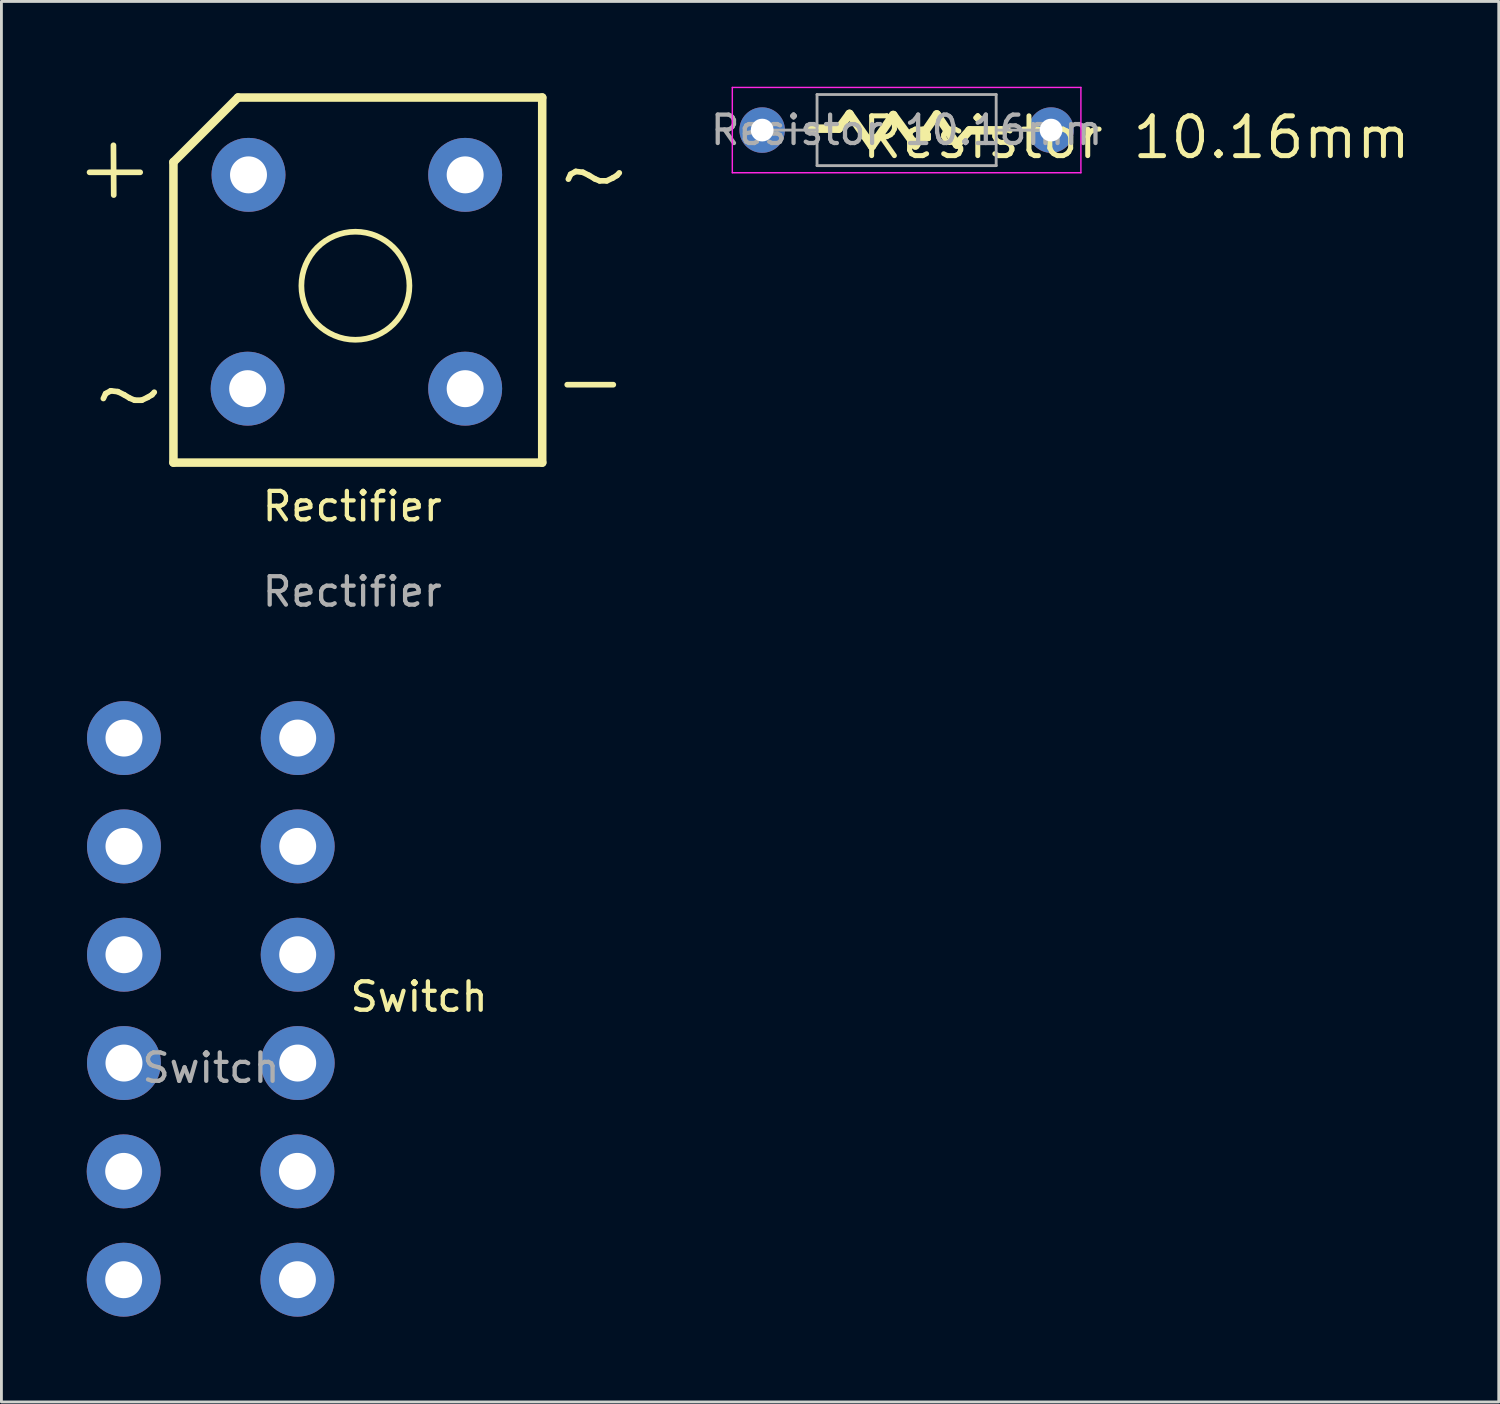
<source format=kicad_pcb>
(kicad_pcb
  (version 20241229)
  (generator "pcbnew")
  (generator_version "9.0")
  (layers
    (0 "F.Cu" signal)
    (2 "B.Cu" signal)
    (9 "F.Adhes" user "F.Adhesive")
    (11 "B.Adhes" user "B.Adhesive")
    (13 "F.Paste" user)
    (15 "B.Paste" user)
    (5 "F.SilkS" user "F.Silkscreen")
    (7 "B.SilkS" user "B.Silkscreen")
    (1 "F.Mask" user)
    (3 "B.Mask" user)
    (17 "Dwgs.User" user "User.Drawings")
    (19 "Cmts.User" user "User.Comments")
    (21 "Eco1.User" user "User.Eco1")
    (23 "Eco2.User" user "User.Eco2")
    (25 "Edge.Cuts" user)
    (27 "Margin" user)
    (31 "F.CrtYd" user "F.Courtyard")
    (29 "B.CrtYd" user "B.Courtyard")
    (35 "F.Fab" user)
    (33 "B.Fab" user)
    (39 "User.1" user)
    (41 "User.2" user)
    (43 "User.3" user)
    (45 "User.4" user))
  (footprint "Resistor 10.16mm"
    (layer "F.Cu")
    (at 23.756 1.525)
    (property "Reference" "Resistor 10.16mm" (at 13.15 0.26 0) (layer "F.SilkS") (effects (font (size 1.4 1.4) (thickness 0.175))))
    (attr through_hole)
    (fp_line (start 1.73 -0.05) (end 2.69 -0.05) (stroke (width 0.3) (type default)) (layer "F.SilkS"))
    (fp_line (start 2.69 -0.05) (end 3.07 -0.57) (stroke (width 0.3) (type default)) (layer "F.SilkS"))
    (fp_line (start 3.07 -0.57) (end 3.86 0.56) (stroke (width 0.3) (type default)) (layer "F.SilkS"))
    (fp_line (start 3.86 0.56) (end 4.61 -0.53) (stroke (width 0.3) (type default)) (layer "F.SilkS"))
    (fp_line (start 4.61 -0.53) (end 5.39 0.54) (stroke (width 0.3) (type default)) (layer "F.SilkS"))
    (fp_line (start 5.39 0.54) (end 6.14 -0.55) (stroke (width 0.3) (type default)) (layer "F.SilkS"))
    (fp_line (start 6.14 -0.55) (end 6.85 0.51) (stroke (width 0.3) (type default)) (layer "F.SilkS"))
    (fp_line (start 6.85 0.51) (end 7.29 0.01) (stroke (width 0.3) (type default)) (layer "F.SilkS"))
    (fp_line (start 7.29 0.01) (end 8.5 0.01) (stroke (width 0.3) (type default)) (layer "F.SilkS"))
    (fp_line (start -1.05 -1.5) (end -1.05 1.5) (stroke (width 0.05) (type solid)) (layer "F.CrtYd"))
    (fp_line (start -1.05 1.5) (end 11.21 1.5) (stroke (width 0.05) (type solid)) (layer "F.CrtYd"))
    (fp_line (start 11.21 -1.5) (end -1.05 -1.5) (stroke (width 0.05) (type solid)) (layer "F.CrtYd"))
    (fp_line (start 11.21 1.5) (end 11.21 -1.5) (stroke (width 0.05) (type solid)) (layer "F.CrtYd"))
    (fp_line (start 0 0) (end 1.93 0) (stroke (width 0.1) (type solid)) (layer "F.Fab"))
    (fp_line (start 1.93 -1.25) (end 1.93 1.25) (stroke (width 0.1) (type solid)) (layer "F.Fab"))
    (fp_line (start 1.93 1.25) (end 8.23 1.25) (stroke (width 0.1) (type solid)) (layer "F.Fab"))
    (fp_line (start 8.23 -1.25) (end 1.93 -1.25) (stroke (width 0.1) (type solid)) (layer "F.Fab"))
    (fp_line (start 8.23 1.25) (end 8.23 -1.25) (stroke (width 0.1) (type solid)) (layer "F.Fab"))
    (fp_line (start 10.16 0) (end 8.23 0) (stroke (width 0.1) (type solid)) (layer "F.Fab"))
    (fp_text user "${REFERENCE}" (at 5.08 0 0) (layer "F.Fab") (effects (font (size 1 1) (thickness 0.15))))
    (pad "1" thru_hole circle (at 0 0) (size 1.6 1.6) (drill 0.8) (layers "*.Cu" "*.Mask"))
    (pad "2" thru_hole oval (at 10.16 0) (size 1.6 1.6) (drill 0.8) (layers "*.Cu" "*.Mask")))
  (footprint "Rectifier"
    (layer "F.Cu")
    (at 9.34 15.26)
    (property "Reference" "Rectifier" (at 0 -0.5 0) (unlocked yes) (layer "F.SilkS") (effects (font (size 1 1) (thickness 0.15))))
    (attr through_hole)
    (fp_line (start -9.24 -12.25) (end -7.46 -12.25) (stroke (width 0.2) (type solid)) (layer "F.SilkS"))
    (fp_line (start -8.755 -4.295) (end -8.675 -4.465) (stroke (width 0.2) (type solid)) (layer "F.SilkS"))
    (fp_line (start -8.675 -4.465) (end -8.495 -4.565) (stroke (width 0.2) (type solid)) (layer "F.SilkS"))
    (fp_line (start -8.495 -4.565) (end -8.245 -4.535) (stroke (width 0.2) (type solid)) (layer "F.SilkS"))
    (fp_line (start -8.4 -13.2) (end -8.39 -11.45) (stroke (width 0.2) (type solid)) (layer "F.SilkS"))
    (fp_line (start -8.245 -4.535) (end -8.025 -4.425) (stroke (width 0.2) (type solid)) (layer "F.SilkS"))
    (fp_line (start -8.025 -4.425) (end -7.825 -4.305) (stroke (width 0.2) (type solid)) (layer "F.SilkS"))
    (fp_line (start -7.825 -4.305) (end -7.655 -4.235) (stroke (width 0.2) (type solid)) (layer "F.SilkS"))
    (fp_line (start -7.655 -4.235) (end -7.405 -4.235) (stroke (width 0.2) (type solid)) (layer "F.SilkS"))
    (fp_line (start -7.405 -4.235) (end -7.195 -4.335) (stroke (width 0.2) (type solid)) (layer "F.SilkS"))
    (fp_line (start -7.195 -4.335) (end -7.045 -4.425) (stroke (width 0.2) (type solid)) (layer "F.SilkS"))
    (fp_line (start -7.045 -4.425) (end -6.965 -4.515) (stroke (width 0.2) (type solid)) (layer "F.SilkS"))
    (fp_line (start -6.29 -12.61) (end -4.02 -14.88) (stroke (width 0.3) (type default)) (layer "F.SilkS"))
    (fp_line (start -6.29 -2.04) (end -6.29 -12.61) (stroke (width 0.3) (type default)) (layer "F.SilkS"))
    (fp_line (start -4.02 -14.88) (end 6.68 -14.88) (stroke (width 0.3) (type default)) (layer "F.SilkS"))
    (fp_line (start 6.68 -14.88) (end 6.68 -2.04) (stroke (width 0.3) (type default)) (layer "F.SilkS"))
    (fp_line (start 6.68 -2.04) (end -6.29 -2.04) (stroke (width 0.3) (type default)) (layer "F.SilkS"))
    (fp_line (start 7.56 -4.78) (end 9.18 -4.78) (stroke (width 0.2) (type solid)) (layer "F.SilkS"))
    (fp_line (start 7.6 -12.01) (end 7.68 -12.18) (stroke (width 0.2) (type solid)) (layer "F.SilkS"))
    (fp_line (start 7.68 -12.18) (end 7.86 -12.28) (stroke (width 0.2) (type solid)) (layer "F.SilkS"))
    (fp_line (start 7.86 -12.28) (end 8.11 -12.25) (stroke (width 0.2) (type solid)) (layer "F.SilkS"))
    (fp_line (start 8.11 -12.25) (end 8.33 -12.14) (stroke (width 0.2) (type solid)) (layer "F.SilkS"))
    (fp_line (start 8.33 -12.14) (end 8.53 -12.02) (stroke (width 0.2) (type solid)) (layer "F.SilkS"))
    (fp_line (start 8.53 -12.02) (end 8.7 -11.95) (stroke (width 0.2) (type solid)) (layer "F.SilkS"))
    (fp_line (start 8.7 -11.95) (end 8.95 -11.95) (stroke (width 0.2) (type solid)) (layer "F.SilkS"))
    (fp_line (start 8.95 -11.95) (end 9.16 -12.05) (stroke (width 0.2) (type solid)) (layer "F.SilkS"))
    (fp_line (start 9.16 -12.05) (end 9.31 -12.14) (stroke (width 0.2) (type solid)) (layer "F.SilkS"))
    (fp_line (start 9.31 -12.14) (end 9.39 -12.23) (stroke (width 0.2) (type solid)) (layer "F.SilkS"))
    (fp_circle (center 0.11 -8.26) (end 2.01 -8.26) (stroke (width 0.2) (type solid)) (fill no) (layer "F.SilkS"))
    (fp_rect (start -6.55 -1.71) (end 7.06 -15.21) (stroke (width 0.1) (type default)) (fill no) (layer "Margin"))
    (fp_text user "${REFERENCE}" (at 0 2.5 0) (unlocked yes) (layer "F.Fab") (effects (font (size 1 1) (thickness 0.15))))
    (pad "1" thru_hole circle (at -3.65 -12.16) (size 2.6 2.6) (drill 1.3) (layers "*.Cu" "*.Mask"))
    (pad "2" thru_hole circle (at 3.97 -12.16) (size 2.6 2.6) (drill 1.3) (layers "*.Cu" "*.Mask"))
    (pad "3" thru_hole circle (at 3.97 -4.64) (size 2.6 2.6) (drill 1.3) (layers "*.Cu" "*.Mask"))
    (pad "4" thru_hole circle (at -3.68 -4.64) (size 2.6 2.6) (drill 1.3) (layers "*.Cu" "*.Mask")))
  (footprint "Switch"
    (layer "F.Cu")
    (at 4.37 32.008)
    (property "Reference" "Switch" (at 7.32 0 0) (unlocked yes) (layer "F.SilkS") (effects (font (size 1 1) (thickness 0.15))))
    (attr through_hole)
    (fp_text user "${REFERENCE}" (at 0 2.5 0) (unlocked yes) (layer "F.Fab") (effects (font (size 1 1) (thickness 0.15))))
    (pad "1" thru_hole circle (at -3.06 -9.1) (size 2.6 2.6) (drill 1.3) (layers "*.Cu" "*.Mask"))
    (pad "1" thru_hole circle (at -3.06 -5.29) (size 2.6 2.6) (drill 1.3) (layers "*.Cu" "*.Mask"))
    (pad "2" thru_hole circle (at -3.07 6.14) (size 2.6 2.6) (drill 1.3) (layers "*.Cu" "*.Mask"))
    (pad "2" thru_hole circle (at -3.06 2.33) (size 2.6 2.6) (drill 1.3) (layers "*.Cu" "*.Mask"))
    (pad "2" thru_hole circle (at 3.04 6.14) (size 2.6 2.6) (drill 1.3) (layers "*.Cu" "*.Mask"))
    (pad "2" thru_hole circle (at 3.05 2.33) (size 2.6 2.6) (drill 1.3) (layers "*.Cu" "*.Mask"))
    (pad "4" thru_hole circle (at 3.05 -9.1) (size 2.6 2.6) (drill 1.3) (layers "*.Cu" "*.Mask"))
    (pad "4" thru_hole circle (at 3.05 -5.29) (size 2.6 2.6) (drill 1.3) (layers "*.Cu" "*.Mask"))
    (pad "5" thru_hole circle (at 3.05 -1.48) (size 2.6 2.6) (drill 1.3) (layers "*.Cu" "*.Mask"))
    (pad "6" thru_hole circle (at -3.07 9.95) (size 2.6 2.6) (drill 1.3) (layers "*.Cu" "*.Mask"))
    (pad "7" thru_hole circle (at 3.04 9.95) (size 2.6 2.6) (drill 1.3) (layers "*.Cu" "*.Mask"))
    (pad "8" thru_hole circle (at -3.06 -1.48) (size 2.6 2.6) (drill 1.3) (layers "*.Cu" "*.Mask")))
  (gr_rect
    (start -3 -3)
    (end 49.662 46.258)
    (stroke (width 0.1) (type default))
    (fill no)
    (layer "Edge.Cuts")))
</source>
